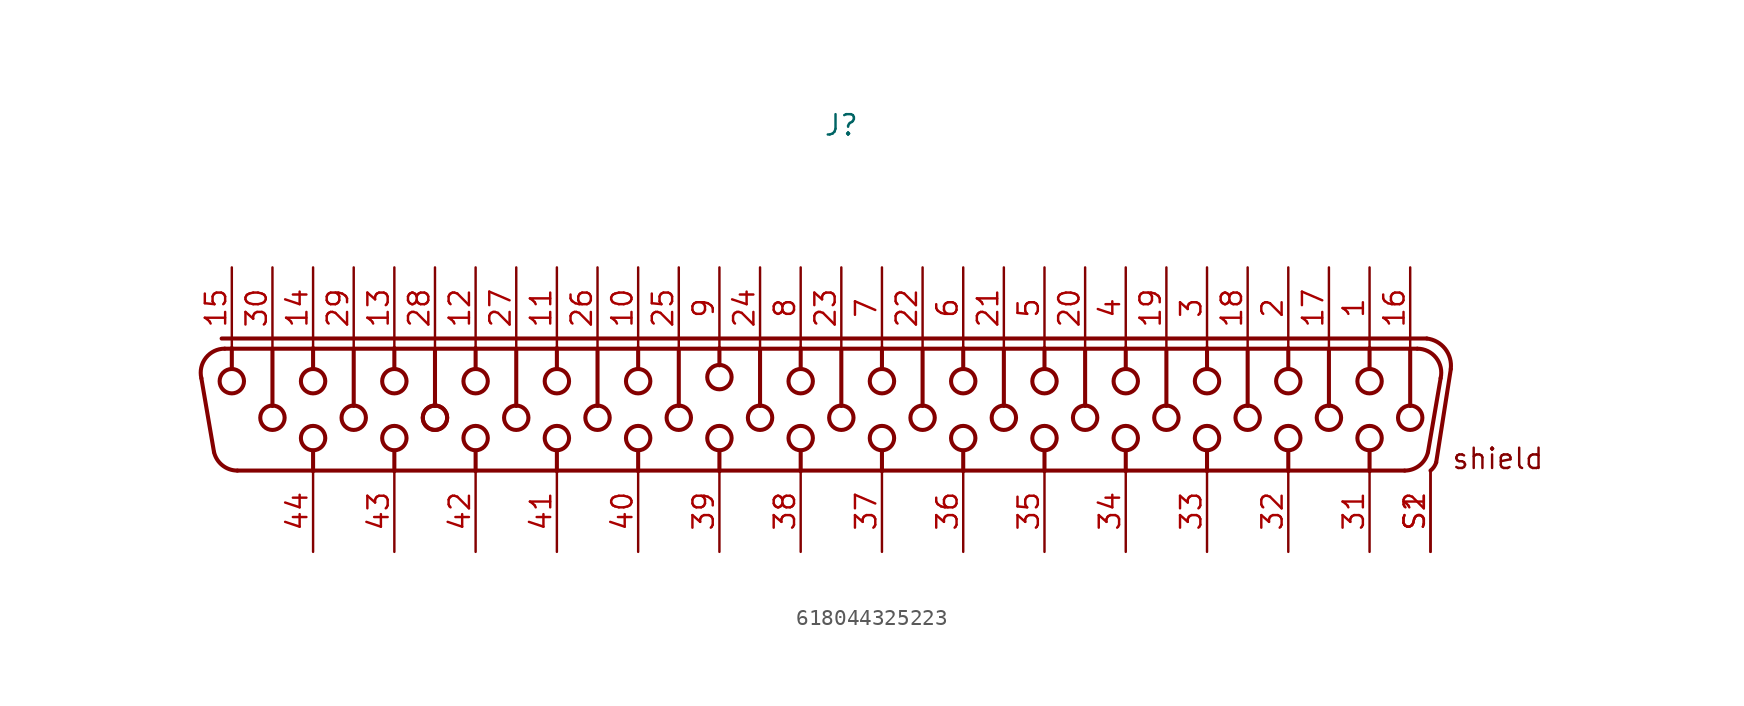
<source format=kicad_sym>
(kicad_symbol_lib
  (version 20241209)
  (generator "kicad_symbol_editor")
  (generator_version "9.0")
  (symbol "618044325223"
    (pin_names
      (hide yes))
    (property "Reference" "J"
      (at 0 17.78 0)
      (effects (font (size 1.27 1.27))))
    (symbol "618044325223_1_0"
      (polyline (pts (xy -39.213 -2.655) (xy -40.004 1.965)) (stroke (width 0.254) (type solid)) (fill (type none)))
      (polyline (pts (xy -38.735 4.445) (xy 36.6 4.445)) (stroke (width 0.254) (type solid)) (fill (type none)))
      (polyline (pts (xy -38.544 3.81) (xy 36.004 3.81)) (stroke (width 0.254) (type solid)) (fill (type none)))
      (arc (start -40.0042 1.965) (mid -39.7207 3.2407) (end -38.5443 3.81) (stroke (width 0.254) (type solid)) (fill (type none)))
      (polyline (pts (xy -38.1 3.85) (xy -38.1 2.57)) (stroke (width 0.254) (type solid)) (fill (type none)))
      (circle (center -38.1 1.778) (radius 0.762) (stroke (width 0.254) (type solid)) (fill (type none)))
      (arc (start -37.753 -3.81) (mid -38.6838 -3.4862) (end -39.2128 -2.6547) (stroke (width 0.254) (type solid)) (fill (type none)))
      (polyline (pts (xy -35.56 3.81) (xy -35.56 0.23)) (stroke (width 0.254) (type solid)) (fill (type none)))
      (circle (center -35.56 -0.508) (radius 0.762) (stroke (width 0.254) (type solid)) (fill (type none)))
      (polyline (pts (xy -33.02 3.85) (xy -33.02 2.57)) (stroke (width 0.254) (type solid)) (fill (type none)))
      (circle (center -33.02 1.778) (radius 0.762) (stroke (width 0.254) (type solid)) (fill (type none)))
      (circle (center -33.02 -1.778) (radius 0.762) (stroke (width 0.254) (type solid)) (fill (type none)))
      (polyline (pts (xy -33.02 -3.85) (xy -33.02 -2.57)) (stroke (width 0.254) (type solid)) (fill (type none)))
      (polyline (pts (xy -30.48 3.81) (xy -30.48 0.23)) (stroke (width 0.254) (type solid)) (fill (type none)))
      (circle (center -30.48 -0.508) (radius 0.762) (stroke (width 0.254) (type solid)) (fill (type none)))
      (polyline (pts (xy -27.94 3.85) (xy -27.94 2.57)) (stroke (width 0.254) (type solid)) (fill (type none)))
      (circle (center -27.94 1.778) (radius 0.762) (stroke (width 0.254) (type solid)) (fill (type none)))
      (circle (center -27.94 -1.778) (radius 0.762) (stroke (width 0.254) (type solid)) (fill (type none)))
      (polyline (pts (xy -27.94 -3.85) (xy -27.94 -2.57)) (stroke (width 0.254) (type solid)) (fill (type none)))
      (polyline (pts (xy -25.4 3.81) (xy -25.4 0.23)) (stroke (width 0.254) (type solid)) (fill (type none)))
      (circle (center -25.4 -0.508) (radius 0.762) (stroke (width 0.254) (type solid)) (fill (type none)))
      (circle (center -25.4 -0.508) (radius 0.762) (stroke (width 0.254) (type solid)) (fill (type none)))
      (polyline (pts (xy -22.86 3.85) (xy -22.86 2.57)) (stroke (width 0.254) (type solid)) (fill (type none)))
      (circle (center -22.86 1.778) (radius 0.762) (stroke (width 0.254) (type solid)) (fill (type none)))
      (circle (center -22.86 -1.778) (radius 0.762) (stroke (width 0.254) (type solid)) (fill (type none)))
      (polyline (pts (xy -22.86 -3.85) (xy -22.86 -2.57)) (stroke (width 0.254) (type solid)) (fill (type none)))
      (polyline (pts (xy -20.32 3.81) (xy -20.32 0.23)) (stroke (width 0.254) (type solid)) (fill (type none)))
      (circle (center -20.32 -0.508) (radius 0.762) (stroke (width 0.254) (type solid)) (fill (type none)))
      (polyline (pts (xy -17.78 3.85) (xy -17.78 2.57)) (stroke (width 0.254) (type solid)) (fill (type none)))
      (circle (center -17.78 1.778) (radius 0.762) (stroke (width 0.254) (type solid)) (fill (type none)))
      (circle (center -17.78 -1.778) (radius 0.762) (stroke (width 0.254) (type solid)) (fill (type none)))
      (polyline (pts (xy -17.78 -3.85) (xy -17.78 -2.57)) (stroke (width 0.254) (type solid)) (fill (type none)))
      (polyline (pts (xy -15.24 3.81) (xy -15.24 0.23)) (stroke (width 0.254) (type solid)) (fill (type none)))
      (circle (center -15.24 -0.508) (radius 0.762) (stroke (width 0.254) (type solid)) (fill (type none)))
      (polyline (pts (xy -12.7 3.85) (xy -12.7 2.57)) (stroke (width 0.254) (type solid)) (fill (type none)))
      (circle (center -12.7 1.778) (radius 0.762) (stroke (width 0.254) (type solid)) (fill (type none)))
      (circle (center -12.7 -1.778) (radius 0.762) (stroke (width 0.254) (type solid)) (fill (type none)))
      (polyline (pts (xy -12.7 -3.85) (xy -12.7 -2.57)) (stroke (width 0.254) (type solid)) (fill (type none)))
      (polyline (pts (xy -10.16 3.81) (xy -10.16 0.23)) (stroke (width 0.254) (type solid)) (fill (type none)))
      (circle (center -10.16 -0.508) (radius 0.762) (stroke (width 0.254) (type solid)) (fill (type none)))
      (polyline (pts (xy -7.62 3.85) (xy -7.62 2.77)) (stroke (width 0.254) (type solid)) (fill (type none)))
      (circle (center -7.62 2.032) (radius 0.762) (stroke (width 0.254) (type solid)) (fill (type none)))
      (circle (center -7.62 -1.778) (radius 0.762) (stroke (width 0.254) (type solid)) (fill (type none)))
      (polyline (pts (xy -7.62 -3.85) (xy -7.62 -2.57)) (stroke (width 0.254) (type solid)) (fill (type none)))
      (polyline (pts (xy -5.08 3.81) (xy -5.08 0.23)) (stroke (width 0.254) (type solid)) (fill (type none)))
      (circle (center -5.08 -0.508) (radius 0.762) (stroke (width 0.254) (type solid)) (fill (type none)))
      (polyline (pts (xy -2.54 3.85) (xy -2.54 2.57)) (stroke (width 0.254) (type solid)) (fill (type none)))
      (circle (center -2.54 1.778) (radius 0.762) (stroke (width 0.254) (type solid)) (fill (type none)))
      (circle (center -2.54 -1.778) (radius 0.762) (stroke (width 0.254) (type solid)) (fill (type none)))
      (polyline (pts (xy -2.54 -3.85) (xy -2.54 -2.57)) (stroke (width 0.254) (type solid)) (fill (type none)))
      (polyline (pts (xy 0 3.81) (xy 0 0.23)) (stroke (width 0.254) (type solid)) (fill (type none)))
      (circle (center 0 -0.508) (radius 0.762) (stroke (width 0.254) (type solid)) (fill (type none)))
      (polyline (pts (xy 2.54 3.85) (xy 2.54 2.57)) (stroke (width 0.254) (type solid)) (fill (type none)))
      (circle (center 2.54 1.778) (radius 0.762) (stroke (width 0.254) (type solid)) (fill (type none)))
      (circle (center 2.54 -1.778) (radius 0.762) (stroke (width 0.254) (type solid)) (fill (type none)))
      (polyline (pts (xy 2.54 -3.85) (xy 2.54 -2.57)) (stroke (width 0.254) (type solid)) (fill (type none)))
      (polyline (pts (xy 5.08 3.81) (xy 5.08 0.23)) (stroke (width 0.254) (type solid)) (fill (type none)))
      (circle (center 5.08 -0.508) (radius 0.762) (stroke (width 0.254) (type solid)) (fill (type none)))
      (polyline (pts (xy 7.62 3.85) (xy 7.62 2.57)) (stroke (width 0.254) (type solid)) (fill (type none)))
      (circle (center 7.62 1.778) (radius 0.762) (stroke (width 0.254) (type solid)) (fill (type none)))
      (circle (center 7.62 -1.778) (radius 0.762) (stroke (width 0.254) (type solid)) (fill (type none)))
      (polyline (pts (xy 7.62 -3.85) (xy 7.62 -2.57)) (stroke (width 0.254) (type solid)) (fill (type none)))
      (polyline (pts (xy 10.16 3.81) (xy 10.16 0.23)) (stroke (width 0.254) (type solid)) (fill (type none)))
      (circle (center 10.16 -0.508) (radius 0.762) (stroke (width 0.254) (type solid)) (fill (type none)))
      (polyline (pts (xy 12.7 3.85) (xy 12.7 2.57)) (stroke (width 0.254) (type solid)) (fill (type none)))
      (circle (center 12.7 1.778) (radius 0.762) (stroke (width 0.254) (type solid)) (fill (type none)))
      (circle (center 12.7 -1.778) (radius 0.762) (stroke (width 0.254) (type solid)) (fill (type none)))
      (polyline (pts (xy 12.7 -3.85) (xy 12.7 -2.57)) (stroke (width 0.254) (type solid)) (fill (type none)))
      (polyline (pts (xy 15.24 3.81) (xy 15.24 0.23)) (stroke (width 0.254) (type solid)) (fill (type none)))
      (circle (center 15.24 -0.508) (radius 0.762) (stroke (width 0.254) (type solid)) (fill (type none)))
      (polyline (pts (xy 17.78 3.85) (xy 17.78 2.57)) (stroke (width 0.254) (type solid)) (fill (type none)))
      (circle (center 17.78 1.778) (radius 0.762) (stroke (width 0.254) (type solid)) (fill (type none)))
      (circle (center 17.78 -1.778) (radius 0.762) (stroke (width 0.254) (type solid)) (fill (type none)))
      (polyline (pts (xy 17.78 -3.85) (xy 17.78 -2.57)) (stroke (width 0.254) (type solid)) (fill (type none)))
      (polyline (pts (xy 20.32 3.81) (xy 20.32 0.23)) (stroke (width 0.254) (type solid)) (fill (type none)))
      (circle (center 20.32 -0.508) (radius 0.762) (stroke (width 0.254) (type solid)) (fill (type none)))
      (polyline (pts (xy 22.86 3.85) (xy 22.86 2.57)) (stroke (width 0.254) (type solid)) (fill (type none)))
      (circle (center 22.86 1.778) (radius 0.762) (stroke (width 0.254) (type solid)) (fill (type none)))
      (circle (center 22.86 -1.778) (radius 0.762) (stroke (width 0.254) (type solid)) (fill (type none)))
      (polyline (pts (xy 22.86 -3.85) (xy 22.86 -2.57)) (stroke (width 0.254) (type solid)) (fill (type none)))
      (polyline (pts (xy 25.4 3.81) (xy 25.4 0.23)) (stroke (width 0.254) (type solid)) (fill (type none)))
      (circle (center 25.4 -0.508) (radius 0.762) (stroke (width 0.254) (type solid)) (fill (type none)))
      (polyline (pts (xy 27.94 3.85) (xy 27.94 2.57)) (stroke (width 0.254) (type solid)) (fill (type none)))
      (circle (center 27.94 1.778) (radius 0.762) (stroke (width 0.254) (type solid)) (fill (type none)))
      (circle (center 27.94 -1.778) (radius 0.762) (stroke (width 0.254) (type solid)) (fill (type none)))
      (polyline (pts (xy 27.94 -3.85) (xy 27.94 -2.57)) (stroke (width 0.254) (type solid)) (fill (type none)))
      (polyline (pts (xy 30.48 3.81) (xy 30.48 0.23)) (stroke (width 0.254) (type solid)) (fill (type none)))
      (circle (center 30.48 -0.508) (radius 0.762) (stroke (width 0.254) (type solid)) (fill (type none)))
      (polyline (pts (xy 33.02 3.85) (xy 33.02 2.57)) (stroke (width 0.254) (type solid)) (fill (type none)))
      (circle (center 33.02 1.778) (radius 0.762) (stroke (width 0.254) (type solid)) (fill (type none)))
      (circle (center 33.02 -1.778) (radius 0.762) (stroke (width 0.254) (type solid)) (fill (type none)))
      (polyline (pts (xy 33.02 -3.85) (xy 33.02 -2.57)) (stroke (width 0.254) (type solid)) (fill (type none)))
      (arc (start 36.6728 -2.6548) (mid 36.1437 -3.4863) (end 35.2129 -3.81) (stroke (width 0.254) (type solid)) (fill (type none)))
      (polyline (pts (xy 35.213 -3.81) (xy -37.753 -3.81)) (stroke (width 0.254) (type solid)) (fill (type none)))
      (polyline (pts (xy 35.56 3.81) (xy 35.56 0.23)) (stroke (width 0.254) (type solid)) (fill (type none)))
      (circle (center 35.56 -0.508) (radius 0.762) (stroke (width 0.254) (type solid)) (fill (type none)))
      (arc (start 36.0043 3.81) (mid 37.1807 3.2407) (end 37.4642 1.965) (stroke (width 0.254) (type solid)) (fill (type none)))
      (arc (start 37.1839 -3.3037) (mid 37.0448 -3.5833) (end 36.83 -3.81) (stroke (width 0.254) (type solid)) (fill (type none)))
      (arc (start 36.6 4.445) (mid 37.7464 3.8046) (end 38.1 2.54) (stroke (width 0.254) (type solid)) (fill (type none)))
      (polyline (pts (xy 37.184 -3.304) (xy 38.1 2.54)) (stroke (width 0.254) (type solid)) (fill (type none)))
      (polyline (pts (xy 37.464 1.965) (xy 36.673 -2.655)) (stroke (width 0.254) (type solid)) (fill (type none)))
      (pin passive line (at -38.1 8.89 270) (length 5.08) (name "15" (effects (font (size 1.27 1.27)))) (number "15" (effects (font (size 1.27 1.27)))))
      (pin passive line (at -35.56 8.89 270) (length 5.08) (name "30" (effects (font (size 1.27 1.27)))) (number "30" (effects (font (size 1.27 1.27)))))
      (pin passive line (at -33.02 8.89 270) (length 5.08) (name "14" (effects (font (size 1.27 1.27)))) (number "14" (effects (font (size 1.27 1.27)))))
      (pin passive line (at -33.02 -8.89 90) (length 5.08) (name "44" (effects (font (size 1.27 1.27)))) (number "44" (effects (font (size 1.27 1.27)))))
      (pin passive line (at -30.48 8.89 270) (length 5.08) (name "29" (effects (font (size 1.27 1.27)))) (number "29" (effects (font (size 1.27 1.27)))))
      (pin passive line (at -27.94 8.89 270) (length 5.08) (name "13" (effects (font (size 1.27 1.27)))) (number "13" (effects (font (size 1.27 1.27)))))
      (pin passive line (at -27.94 -8.89 90) (length 5.08) (name "43" (effects (font (size 1.27 1.27)))) (number "43" (effects (font (size 1.27 1.27)))))
      (pin passive line (at -25.4 8.89 270) (length 5.08) (name "28" (effects (font (size 1.27 1.27)))) (number "28" (effects (font (size 1.27 1.27)))))
      (pin passive line (at -22.86 8.89 270) (length 5.08) (name "12" (effects (font (size 1.27 1.27)))) (number "12" (effects (font (size 1.27 1.27)))))
      (pin passive line (at -22.86 -8.89 90) (length 5.08) (name "42" (effects (font (size 1.27 1.27)))) (number "42" (effects (font (size 1.27 1.27)))))
      (pin passive line (at -20.32 8.89 270) (length 5.08) (name "27" (effects (font (size 1.27 1.27)))) (number "27" (effects (font (size 1.27 1.27)))))
      (pin passive line (at -17.78 8.89 270) (length 5.08) (name "11" (effects (font (size 1.27 1.27)))) (number "11" (effects (font (size 1.27 1.27)))))
      (pin passive line (at -17.78 -8.89 90) (length 5.08) (name "41" (effects (font (size 1.27 1.27)))) (number "41" (effects (font (size 1.27 1.27)))))
      (pin passive line (at -15.24 8.89 270) (length 5.08) (name "26" (effects (font (size 1.27 1.27)))) (number "26" (effects (font (size 1.27 1.27)))))
      (pin passive line (at -12.7 8.89 270) (length 5.08) (name "10" (effects (font (size 1.27 1.27)))) (number "10" (effects (font (size 1.27 1.27)))))
      (pin passive line (at -12.7 -8.89 90) (length 5.08) (name "40" (effects (font (size 1.27 1.27)))) (number "40" (effects (font (size 1.27 1.27)))))
      (pin passive line (at -10.16 8.89 270) (length 5.08) (name "25" (effects (font (size 1.27 1.27)))) (number "25" (effects (font (size 1.27 1.27)))))
      (pin passive line (at -7.62 8.89 270) (length 5.08) (name "9" (effects (font (size 1.27 1.27)))) (number "9" (effects (font (size 1.27 1.27)))))
      (pin passive line (at -7.62 -8.89 90) (length 5.08) (name "39" (effects (font (size 1.27 1.27)))) (number "39" (effects (font (size 1.27 1.27)))))
      (pin passive line (at -5.08 8.89 270) (length 5.08) (name "24" (effects (font (size 1.27 1.27)))) (number "24" (effects (font (size 1.27 1.27)))))
      (pin passive line (at -2.54 8.89 270) (length 5.08) (name "8" (effects (font (size 1.27 1.27)))) (number "8" (effects (font (size 1.27 1.27)))))
      (pin passive line (at -2.54 -8.89 90) (length 5.08) (name "38" (effects (font (size 1.27 1.27)))) (number "38" (effects (font (size 1.27 1.27)))))
      (pin passive line (at 0 8.89 270) (length 5.08) (name "23" (effects (font (size 1.27 1.27)))) (number "23" (effects (font (size 1.27 1.27)))))
      (pin passive line (at 2.54 8.89 270) (length 5.08) (name "7" (effects (font (size 1.27 1.27)))) (number "7" (effects (font (size 1.27 1.27)))))
      (pin passive line (at 2.54 -8.89 90) (length 5.08) (name "37" (effects (font (size 1.27 1.27)))) (number "37" (effects (font (size 1.27 1.27)))))
      (pin passive line (at 5.08 8.89 270) (length 5.08) (name "22" (effects (font (size 1.27 1.27)))) (number "22" (effects (font (size 1.27 1.27)))))
      (pin passive line (at 7.62 8.89 270) (length 5.08) (name "6" (effects (font (size 1.27 1.27)))) (number "6" (effects (font (size 1.27 1.27)))))
      (pin passive line (at 7.62 -8.89 90) (length 5.08) (name "36" (effects (font (size 1.27 1.27)))) (number "36" (effects (font (size 1.27 1.27)))))
      (pin passive line (at 10.16 8.89 270) (length 5.08) (name "21" (effects (font (size 1.27 1.27)))) (number "21" (effects (font (size 1.27 1.27)))))
      (pin passive line (at 12.7 8.89 270) (length 5.08) (name "5" (effects (font (size 1.27 1.27)))) (number "5" (effects (font (size 1.27 1.27)))))
      (pin passive line (at 12.7 -8.89 90) (length 5.08) (name "35" (effects (font (size 1.27 1.27)))) (number "35" (effects (font (size 1.27 1.27)))))
      (pin passive line (at 15.24 8.89 270) (length 5.08) (name "20" (effects (font (size 1.27 1.27)))) (number "20" (effects (font (size 1.27 1.27)))))
      (pin passive line (at 17.78 8.89 270) (length 5.08) (name "4" (effects (font (size 1.27 1.27)))) (number "4" (effects (font (size 1.27 1.27)))))
      (pin passive line (at 17.78 -8.89 90) (length 5.08) (name "34" (effects (font (size 1.27 1.27)))) (number "34" (effects (font (size 1.27 1.27)))))
      (pin passive line (at 20.32 8.89 270) (length 5.08) (name "19" (effects (font (size 1.27 1.27)))) (number "19" (effects (font (size 1.27 1.27)))))
      (pin passive line (at 22.86 8.89 270) (length 5.08) (name "3" (effects (font (size 1.27 1.27)))) (number "3" (effects (font (size 1.27 1.27)))))
      (pin passive line (at 22.86 -8.89 90) (length 5.08) (name "33" (effects (font (size 1.27 1.27)))) (number "33" (effects (font (size 1.27 1.27)))))
      (pin passive line (at 25.4 8.89 270) (length 5.08) (name "18" (effects (font (size 1.27 1.27)))) (number "18" (effects (font (size 1.27 1.27)))))
      (pin passive line (at 27.94 8.89 270) (length 5.08) (name "2" (effects (font (size 1.27 1.27)))) (number "2" (effects (font (size 1.27 1.27)))))
      (pin passive line (at 27.94 -8.89 90) (length 5.08) (name "32" (effects (font (size 1.27 1.27)))) (number "32" (effects (font (size 1.27 1.27)))))
      (pin passive line (at 30.48 8.89 270) (length 5.08) (name "17" (effects (font (size 1.27 1.27)))) (number "17" (effects (font (size 1.27 1.27)))))
      (pin passive line (at 33.02 8.89 270) (length 5.08) (name "1" (effects (font (size 1.27 1.27)))) (number "1" (effects (font (size 1.27 1.27)))))
      (pin passive line (at 33.02 -8.89 90) (length 5.08) (name "31" (effects (font (size 1.27 1.27)))) (number "31" (effects (font (size 1.27 1.27)))))
      (pin passive line (at 35.56 8.89 270) (length 5.08) (name "16" (effects (font (size 1.27 1.27)))) (number "16" (effects (font (size 1.27 1.27)))))
      (pin passive line (at 36.83 -8.89 90) (length 5.08) (name "SHIELD" (effects (font (size 1.27 1.27)))) (number "S1" (effects (font (size 1.27 1.27)))))
      (pin passive line (at 36.83 -8.89 90) (length 5.08) (name "SHIELD" (effects (font (size 1.27 1.27)))) (number "S2" (effects (font (size 1.27 1.27))))))
    (symbol "618044325223_1_1"
      (text "shield" (at 38.1 -3.81 0) (effects (font (size 1.27 1.27)) (justify left bottom))))))
</source>
